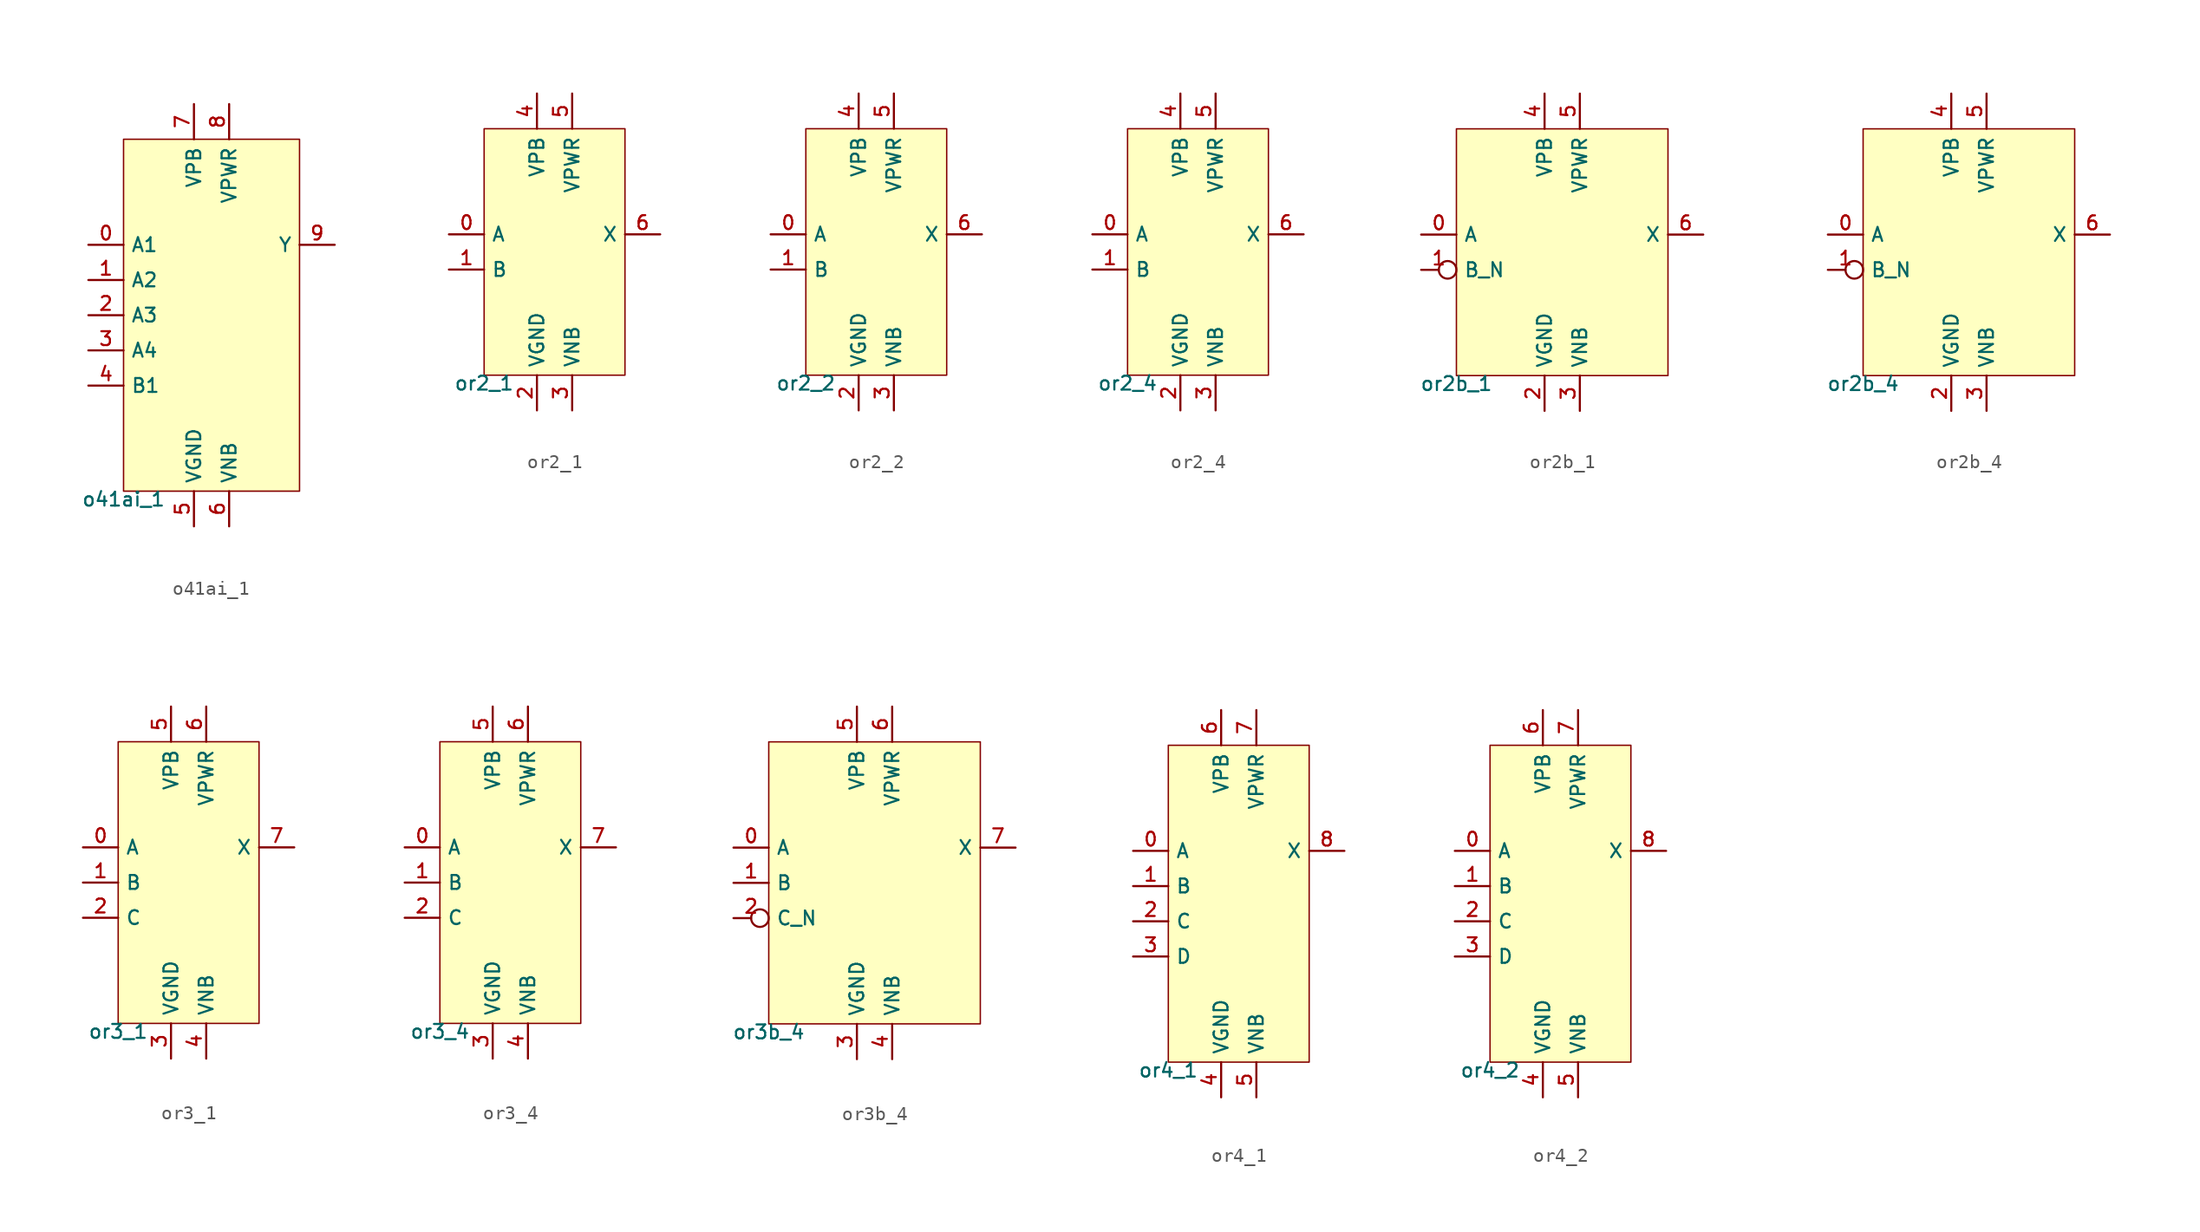
<source format=kicad_sym>
(kicad_symbol_lib
  (version 20211014)
  (generator pdk2kicad)
  (symbol "o41ai_1"
    (property "Reference" "X"
      (at 0 0 0)
      (effects (font (size 1 1)) hide))
    (property "Value" "o41ai_1"
      (at -6.35 -12.7 0)
      (effects (font (size 1 1)) (justify top)))
    (rectangle
      (start -6.35 -12.7)
      (end 6.35 12.7)
      (stroke (width 0.1) (type solid) (color 0 0 0 0))
      (fill (type background)))
    (pin input line
      (at -8.89 5.08 0)
      (length 2.54)
      (name "A1" (effects (font (size 1 1)) hide))
      (number "0" (effects (font (size 1 1)) hide)))
    (pin input line
      (at -8.89 2.54 0)
      (length 2.54)
      (name "A2" (effects (font (size 1 1)) hide))
      (number "1" (effects (font (size 1 1)) hide)))
    (pin input line
      (at -8.89 -8.881784197001252e-16 0)
      (length 2.54)
      (name "A3" (effects (font (size 1 1)) hide))
      (number "2" (effects (font (size 1 1)) hide)))
    (pin input line
      (at -8.89 -2.54 0)
      (length 2.54)
      (name "A4" (effects (font (size 1 1)) hide))
      (number "3" (effects (font (size 1 1)) hide)))
    (pin input line
      (at -8.89 -5.08 0)
      (length 2.54)
      (name "B1" (effects (font (size 1 1)) hide))
      (number "4" (effects (font (size 1 1)) hide)))
    (pin power_in line
      (at -1.27 -15.24 90)
      (length 2.54)
      (name "VGND" (effects (font (size 1 1)) hide))
      (number "5" (effects (font (size 1 1)) hide)))
    (pin power_in line
      (at 1.27 -15.24 90)
      (length 2.54)
      (name "VNB" (effects (font (size 1 1)) hide))
      (number "6" (effects (font (size 1 1)) hide)))
    (pin power_in line
      (at -1.27 15.24 270)
      (length 2.54)
      (name "VPB" (effects (font (size 1 1)) hide))
      (number "7" (effects (font (size 1 1)) hide)))
    (pin power_in line
      (at 1.27 15.24 270)
      (length 2.54)
      (name "VPWR" (effects (font (size 1 1)) hide))
      (number "8" (effects (font (size 1 1)) hide)))
    (pin output line
      (at 8.89 5.08 180)
      (length 2.54)
      (name "Y" (effects (font (size 1 1)) hide))
      (number "9" (effects (font (size 1 1)) hide))))
  (symbol "or2_1"
    (property "Reference" "X"
      (at 0 0 0)
      (effects (font (size 1 1)) hide))
    (property "Value" "or2_1"
      (at -5.08 -8.89 0)
      (effects (font (size 1 1)) (justify top)))
    (rectangle
      (start -5.08 -8.89)
      (end 5.08 8.89)
      (stroke (width 0.1) (type solid) (color 0 0 0 0))
      (fill (type background)))
    (pin input line
      (at -7.62 1.27 0)
      (length 2.54)
      (name "A" (effects (font (size 1 1)) hide))
      (number "0" (effects (font (size 1 1)) hide)))
    (pin input line
      (at -7.62 -1.27 0)
      (length 2.54)
      (name "B" (effects (font (size 1 1)) hide))
      (number "1" (effects (font (size 1 1)) hide)))
    (pin power_in line
      (at -1.27 -11.43 90)
      (length 2.54)
      (name "VGND" (effects (font (size 1 1)) hide))
      (number "2" (effects (font (size 1 1)) hide)))
    (pin power_in line
      (at 1.27 -11.43 90)
      (length 2.54)
      (name "VNB" (effects (font (size 1 1)) hide))
      (number "3" (effects (font (size 1 1)) hide)))
    (pin power_in line
      (at -1.27 11.43 270)
      (length 2.54)
      (name "VPB" (effects (font (size 1 1)) hide))
      (number "4" (effects (font (size 1 1)) hide)))
    (pin power_in line
      (at 1.27 11.43 270)
      (length 2.54)
      (name "VPWR" (effects (font (size 1 1)) hide))
      (number "5" (effects (font (size 1 1)) hide)))
    (pin output line
      (at 7.62 1.27 180)
      (length 2.54)
      (name "X" (effects (font (size 1 1)) hide))
      (number "6" (effects (font (size 1 1)) hide))))
  (symbol "or2_2"
    (property "Reference" "X"
      (at 0 0 0)
      (effects (font (size 1 1)) hide))
    (property "Value" "or2_2"
      (at -5.08 -8.89 0)
      (effects (font (size 1 1)) (justify top)))
    (rectangle
      (start -5.08 -8.89)
      (end 5.08 8.89)
      (stroke (width 0.1) (type solid) (color 0 0 0 0))
      (fill (type background)))
    (pin input line
      (at -7.62 1.27 0)
      (length 2.54)
      (name "A" (effects (font (size 1 1)) hide))
      (number "0" (effects (font (size 1 1)) hide)))
    (pin input line
      (at -7.62 -1.27 0)
      (length 2.54)
      (name "B" (effects (font (size 1 1)) hide))
      (number "1" (effects (font (size 1 1)) hide)))
    (pin power_in line
      (at -1.27 -11.43 90)
      (length 2.54)
      (name "VGND" (effects (font (size 1 1)) hide))
      (number "2" (effects (font (size 1 1)) hide)))
    (pin power_in line
      (at 1.27 -11.43 90)
      (length 2.54)
      (name "VNB" (effects (font (size 1 1)) hide))
      (number "3" (effects (font (size 1 1)) hide)))
    (pin power_in line
      (at -1.27 11.43 270)
      (length 2.54)
      (name "VPB" (effects (font (size 1 1)) hide))
      (number "4" (effects (font (size 1 1)) hide)))
    (pin power_in line
      (at 1.27 11.43 270)
      (length 2.54)
      (name "VPWR" (effects (font (size 1 1)) hide))
      (number "5" (effects (font (size 1 1)) hide)))
    (pin output line
      (at 7.62 1.27 180)
      (length 2.54)
      (name "X" (effects (font (size 1 1)) hide))
      (number "6" (effects (font (size 1 1)) hide))))
  (symbol "or2_4"
    (property "Reference" "X"
      (at 0 0 0)
      (effects (font (size 1 1)) hide))
    (property "Value" "or2_4"
      (at -5.08 -8.89 0)
      (effects (font (size 1 1)) (justify top)))
    (rectangle
      (start -5.08 -8.89)
      (end 5.08 8.89)
      (stroke (width 0.1) (type solid) (color 0 0 0 0))
      (fill (type background)))
    (pin input line
      (at -7.62 1.27 0)
      (length 2.54)
      (name "A" (effects (font (size 1 1)) hide))
      (number "0" (effects (font (size 1 1)) hide)))
    (pin input line
      (at -7.62 -1.27 0)
      (length 2.54)
      (name "B" (effects (font (size 1 1)) hide))
      (number "1" (effects (font (size 1 1)) hide)))
    (pin power_in line
      (at -1.27 -11.43 90)
      (length 2.54)
      (name "VGND" (effects (font (size 1 1)) hide))
      (number "2" (effects (font (size 1 1)) hide)))
    (pin power_in line
      (at 1.27 -11.43 90)
      (length 2.54)
      (name "VNB" (effects (font (size 1 1)) hide))
      (number "3" (effects (font (size 1 1)) hide)))
    (pin power_in line
      (at -1.27 11.43 270)
      (length 2.54)
      (name "VPB" (effects (font (size 1 1)) hide))
      (number "4" (effects (font (size 1 1)) hide)))
    (pin power_in line
      (at 1.27 11.43 270)
      (length 2.54)
      (name "VPWR" (effects (font (size 1 1)) hide))
      (number "5" (effects (font (size 1 1)) hide)))
    (pin output line
      (at 7.62 1.27 180)
      (length 2.54)
      (name "X" (effects (font (size 1 1)) hide))
      (number "6" (effects (font (size 1 1)) hide))))
  (symbol "or2b_1"
    (property "Reference" "X"
      (at 0 0 0)
      (effects (font (size 1 1)) hide))
    (property "Value" "or2b_1"
      (at -7.62 -8.89 0)
      (effects (font (size 1 1)) (justify top)))
    (rectangle
      (start -7.62 -8.89)
      (end 7.62 8.89)
      (stroke (width 0.1) (type solid) (color 0 0 0 0))
      (fill (type background)))
    (pin input line
      (at -10.16 1.27 0)
      (length 2.54)
      (name "A" (effects (font (size 1 1)) hide))
      (number "0" (effects (font (size 1 1)) hide)))
    (pin input inverted
      (at -10.16 -1.27 0)
      (length 2.54)
      (name "B_N" (effects (font (size 1 1)) hide))
      (number "1" (effects (font (size 1 1)) hide)))
    (pin power_in line
      (at -1.27 -11.43 90)
      (length 2.54)
      (name "VGND" (effects (font (size 1 1)) hide))
      (number "2" (effects (font (size 1 1)) hide)))
    (pin power_in line
      (at 1.27 -11.43 90)
      (length 2.54)
      (name "VNB" (effects (font (size 1 1)) hide))
      (number "3" (effects (font (size 1 1)) hide)))
    (pin power_in line
      (at -1.27 11.43 270)
      (length 2.54)
      (name "VPB" (effects (font (size 1 1)) hide))
      (number "4" (effects (font (size 1 1)) hide)))
    (pin power_in line
      (at 1.27 11.43 270)
      (length 2.54)
      (name "VPWR" (effects (font (size 1 1)) hide))
      (number "5" (effects (font (size 1 1)) hide)))
    (pin output line
      (at 10.16 1.27 180)
      (length 2.54)
      (name "X" (effects (font (size 1 1)) hide))
      (number "6" (effects (font (size 1 1)) hide))))
  (symbol "or2b_4"
    (property "Reference" "X"
      (at 0 0 0)
      (effects (font (size 1 1)) hide))
    (property "Value" "or2b_4"
      (at -7.62 -8.89 0)
      (effects (font (size 1 1)) (justify top)))
    (rectangle
      (start -7.62 -8.89)
      (end 7.62 8.89)
      (stroke (width 0.1) (type solid) (color 0 0 0 0))
      (fill (type background)))
    (pin input line
      (at -10.16 1.27 0)
      (length 2.54)
      (name "A" (effects (font (size 1 1)) hide))
      (number "0" (effects (font (size 1 1)) hide)))
    (pin input inverted
      (at -10.16 -1.27 0)
      (length 2.54)
      (name "B_N" (effects (font (size 1 1)) hide))
      (number "1" (effects (font (size 1 1)) hide)))
    (pin power_in line
      (at -1.27 -11.43 90)
      (length 2.54)
      (name "VGND" (effects (font (size 1 1)) hide))
      (number "2" (effects (font (size 1 1)) hide)))
    (pin power_in line
      (at 1.27 -11.43 90)
      (length 2.54)
      (name "VNB" (effects (font (size 1 1)) hide))
      (number "3" (effects (font (size 1 1)) hide)))
    (pin power_in line
      (at -1.27 11.43 270)
      (length 2.54)
      (name "VPB" (effects (font (size 1 1)) hide))
      (number "4" (effects (font (size 1 1)) hide)))
    (pin power_in line
      (at 1.27 11.43 270)
      (length 2.54)
      (name "VPWR" (effects (font (size 1 1)) hide))
      (number "5" (effects (font (size 1 1)) hide)))
    (pin output line
      (at 10.16 1.27 180)
      (length 2.54)
      (name "X" (effects (font (size 1 1)) hide))
      (number "6" (effects (font (size 1 1)) hide))))
  (symbol "or3_1"
    (property "Reference" "X"
      (at 0 0 0)
      (effects (font (size 1 1)) hide))
    (property "Value" "or3_1"
      (at -5.08 -10.16 0)
      (effects (font (size 1 1)) (justify top)))
    (rectangle
      (start -5.08 -10.16)
      (end 5.08 10.16)
      (stroke (width 0.1) (type solid) (color 0 0 0 0))
      (fill (type background)))
    (pin input line
      (at -7.62 2.54 0)
      (length 2.54)
      (name "A" (effects (font (size 1 1)) hide))
      (number "0" (effects (font (size 1 1)) hide)))
    (pin input line
      (at -7.62 0.0 0)
      (length 2.54)
      (name "B" (effects (font (size 1 1)) hide))
      (number "1" (effects (font (size 1 1)) hide)))
    (pin input line
      (at -7.62 -2.54 0)
      (length 2.54)
      (name "C" (effects (font (size 1 1)) hide))
      (number "2" (effects (font (size 1 1)) hide)))
    (pin power_in line
      (at -1.27 -12.7 90)
      (length 2.54)
      (name "VGND" (effects (font (size 1 1)) hide))
      (number "3" (effects (font (size 1 1)) hide)))
    (pin power_in line
      (at 1.27 -12.7 90)
      (length 2.54)
      (name "VNB" (effects (font (size 1 1)) hide))
      (number "4" (effects (font (size 1 1)) hide)))
    (pin power_in line
      (at -1.27 12.7 270)
      (length 2.54)
      (name "VPB" (effects (font (size 1 1)) hide))
      (number "5" (effects (font (size 1 1)) hide)))
    (pin power_in line
      (at 1.27 12.7 270)
      (length 2.54)
      (name "VPWR" (effects (font (size 1 1)) hide))
      (number "6" (effects (font (size 1 1)) hide)))
    (pin output line
      (at 7.62 2.54 180)
      (length 2.54)
      (name "X" (effects (font (size 1 1)) hide))
      (number "7" (effects (font (size 1 1)) hide))))
  (symbol "or3_4"
    (property "Reference" "X"
      (at 0 0 0)
      (effects (font (size 1 1)) hide))
    (property "Value" "or3_4"
      (at -5.08 -10.16 0)
      (effects (font (size 1 1)) (justify top)))
    (rectangle
      (start -5.08 -10.16)
      (end 5.08 10.16)
      (stroke (width 0.1) (type solid) (color 0 0 0 0))
      (fill (type background)))
    (pin input line
      (at -7.62 2.54 0)
      (length 2.54)
      (name "A" (effects (font (size 1 1)) hide))
      (number "0" (effects (font (size 1 1)) hide)))
    (pin input line
      (at -7.62 0.0 0)
      (length 2.54)
      (name "B" (effects (font (size 1 1)) hide))
      (number "1" (effects (font (size 1 1)) hide)))
    (pin input line
      (at -7.62 -2.54 0)
      (length 2.54)
      (name "C" (effects (font (size 1 1)) hide))
      (number "2" (effects (font (size 1 1)) hide)))
    (pin power_in line
      (at -1.27 -12.7 90)
      (length 2.54)
      (name "VGND" (effects (font (size 1 1)) hide))
      (number "3" (effects (font (size 1 1)) hide)))
    (pin power_in line
      (at 1.27 -12.7 90)
      (length 2.54)
      (name "VNB" (effects (font (size 1 1)) hide))
      (number "4" (effects (font (size 1 1)) hide)))
    (pin power_in line
      (at -1.27 12.7 270)
      (length 2.54)
      (name "VPB" (effects (font (size 1 1)) hide))
      (number "5" (effects (font (size 1 1)) hide)))
    (pin power_in line
      (at 1.27 12.7 270)
      (length 2.54)
      (name "VPWR" (effects (font (size 1 1)) hide))
      (number "6" (effects (font (size 1 1)) hide)))
    (pin output line
      (at 7.62 2.54 180)
      (length 2.54)
      (name "X" (effects (font (size 1 1)) hide))
      (number "7" (effects (font (size 1 1)) hide))))
  (symbol "or3b_4"
    (property "Reference" "X"
      (at 0 0 0)
      (effects (font (size 1 1)) hide))
    (property "Value" "or3b_4"
      (at -7.62 -10.16 0)
      (effects (font (size 1 1)) (justify top)))
    (rectangle
      (start -7.62 -10.16)
      (end 7.62 10.16)
      (stroke (width 0.1) (type solid) (color 0 0 0 0))
      (fill (type background)))
    (pin input line
      (at -10.16 2.54 0)
      (length 2.54)
      (name "A" (effects (font (size 1 1)) hide))
      (number "0" (effects (font (size 1 1)) hide)))
    (pin input line
      (at -10.16 0.0 0)
      (length 2.54)
      (name "B" (effects (font (size 1 1)) hide))
      (number "1" (effects (font (size 1 1)) hide)))
    (pin input inverted
      (at -10.16 -2.54 0)
      (length 2.54)
      (name "C_N" (effects (font (size 1 1)) hide))
      (number "2" (effects (font (size 1 1)) hide)))
    (pin power_in line
      (at -1.27 -12.7 90)
      (length 2.54)
      (name "VGND" (effects (font (size 1 1)) hide))
      (number "3" (effects (font (size 1 1)) hide)))
    (pin power_in line
      (at 1.27 -12.7 90)
      (length 2.54)
      (name "VNB" (effects (font (size 1 1)) hide))
      (number "4" (effects (font (size 1 1)) hide)))
    (pin power_in line
      (at -1.27 12.7 270)
      (length 2.54)
      (name "VPB" (effects (font (size 1 1)) hide))
      (number "5" (effects (font (size 1 1)) hide)))
    (pin power_in line
      (at 1.27 12.7 270)
      (length 2.54)
      (name "VPWR" (effects (font (size 1 1)) hide))
      (number "6" (effects (font (size 1 1)) hide)))
    (pin output line
      (at 10.16 2.54 180)
      (length 2.54)
      (name "X" (effects (font (size 1 1)) hide))
      (number "7" (effects (font (size 1 1)) hide))))
  (symbol "or4_1"
    (property "Reference" "X"
      (at 0 0 0)
      (effects (font (size 1 1)) hide))
    (property "Value" "or4_1"
      (at -5.08 -11.43 0)
      (effects (font (size 1 1)) (justify top)))
    (rectangle
      (start -5.08 -11.43)
      (end 5.08 11.43)
      (stroke (width 0.1) (type solid) (color 0 0 0 0))
      (fill (type background)))
    (pin input line
      (at -7.62 3.81 0)
      (length 2.54)
      (name "A" (effects (font (size 1 1)) hide))
      (number "0" (effects (font (size 1 1)) hide)))
    (pin input line
      (at -7.62 1.27 0)
      (length 2.54)
      (name "B" (effects (font (size 1 1)) hide))
      (number "1" (effects (font (size 1 1)) hide)))
    (pin input line
      (at -7.62 -1.27 0)
      (length 2.54)
      (name "C" (effects (font (size 1 1)) hide))
      (number "2" (effects (font (size 1 1)) hide)))
    (pin input line
      (at -7.62 -3.81 0)
      (length 2.54)
      (name "D" (effects (font (size 1 1)) hide))
      (number "3" (effects (font (size 1 1)) hide)))
    (pin power_in line
      (at -1.27 -13.97 90)
      (length 2.54)
      (name "VGND" (effects (font (size 1 1)) hide))
      (number "4" (effects (font (size 1 1)) hide)))
    (pin power_in line
      (at 1.27 -13.97 90)
      (length 2.54)
      (name "VNB" (effects (font (size 1 1)) hide))
      (number "5" (effects (font (size 1 1)) hide)))
    (pin power_in line
      (at -1.27 13.97 270)
      (length 2.54)
      (name "VPB" (effects (font (size 1 1)) hide))
      (number "6" (effects (font (size 1 1)) hide)))
    (pin power_in line
      (at 1.27 13.97 270)
      (length 2.54)
      (name "VPWR" (effects (font (size 1 1)) hide))
      (number "7" (effects (font (size 1 1)) hide)))
    (pin output line
      (at 7.62 3.81 180)
      (length 2.54)
      (name "X" (effects (font (size 1 1)) hide))
      (number "8" (effects (font (size 1 1)) hide))))
  (symbol "or4_2"
    (property "Reference" "X"
      (at 0 0 0)
      (effects (font (size 1 1)) hide))
    (property "Value" "or4_2"
      (at -5.08 -11.43 0)
      (effects (font (size 1 1)) (justify top)))
    (rectangle
      (start -5.08 -11.43)
      (end 5.08 11.43)
      (stroke (width 0.1) (type solid) (color 0 0 0 0))
      (fill (type background)))
    (pin input line
      (at -7.62 3.81 0)
      (length 2.54)
      (name "A" (effects (font (size 1 1)) hide))
      (number "0" (effects (font (size 1 1)) hide)))
    (pin input line
      (at -7.62 1.27 0)
      (length 2.54)
      (name "B" (effects (font (size 1 1)) hide))
      (number "1" (effects (font (size 1 1)) hide)))
    (pin input line
      (at -7.62 -1.27 0)
      (length 2.54)
      (name "C" (effects (font (size 1 1)) hide))
      (number "2" (effects (font (size 1 1)) hide)))
    (pin input line
      (at -7.62 -3.81 0)
      (length 2.54)
      (name "D" (effects (font (size 1 1)) hide))
      (number "3" (effects (font (size 1 1)) hide)))
    (pin power_in line
      (at -1.27 -13.97 90)
      (length 2.54)
      (name "VGND" (effects (font (size 1 1)) hide))
      (number "4" (effects (font (size 1 1)) hide)))
    (pin power_in line
      (at 1.27 -13.97 90)
      (length 2.54)
      (name "VNB" (effects (font (size 1 1)) hide))
      (number "5" (effects (font (size 1 1)) hide)))
    (pin power_in line
      (at -1.27 13.97 270)
      (length 2.54)
      (name "VPB" (effects (font (size 1 1)) hide))
      (number "6" (effects (font (size 1 1)) hide)))
    (pin power_in line
      (at 1.27 13.97 270)
      (length 2.54)
      (name "VPWR" (effects (font (size 1 1)) hide))
      (number "7" (effects (font (size 1 1)) hide)))
    (pin output line
      (at 7.62 3.81 180)
      (length 2.54)
      (name "X" (effects (font (size 1 1)) hide))
      (number "8" (effects (font (size 1 1)) hide)))))
</source>
